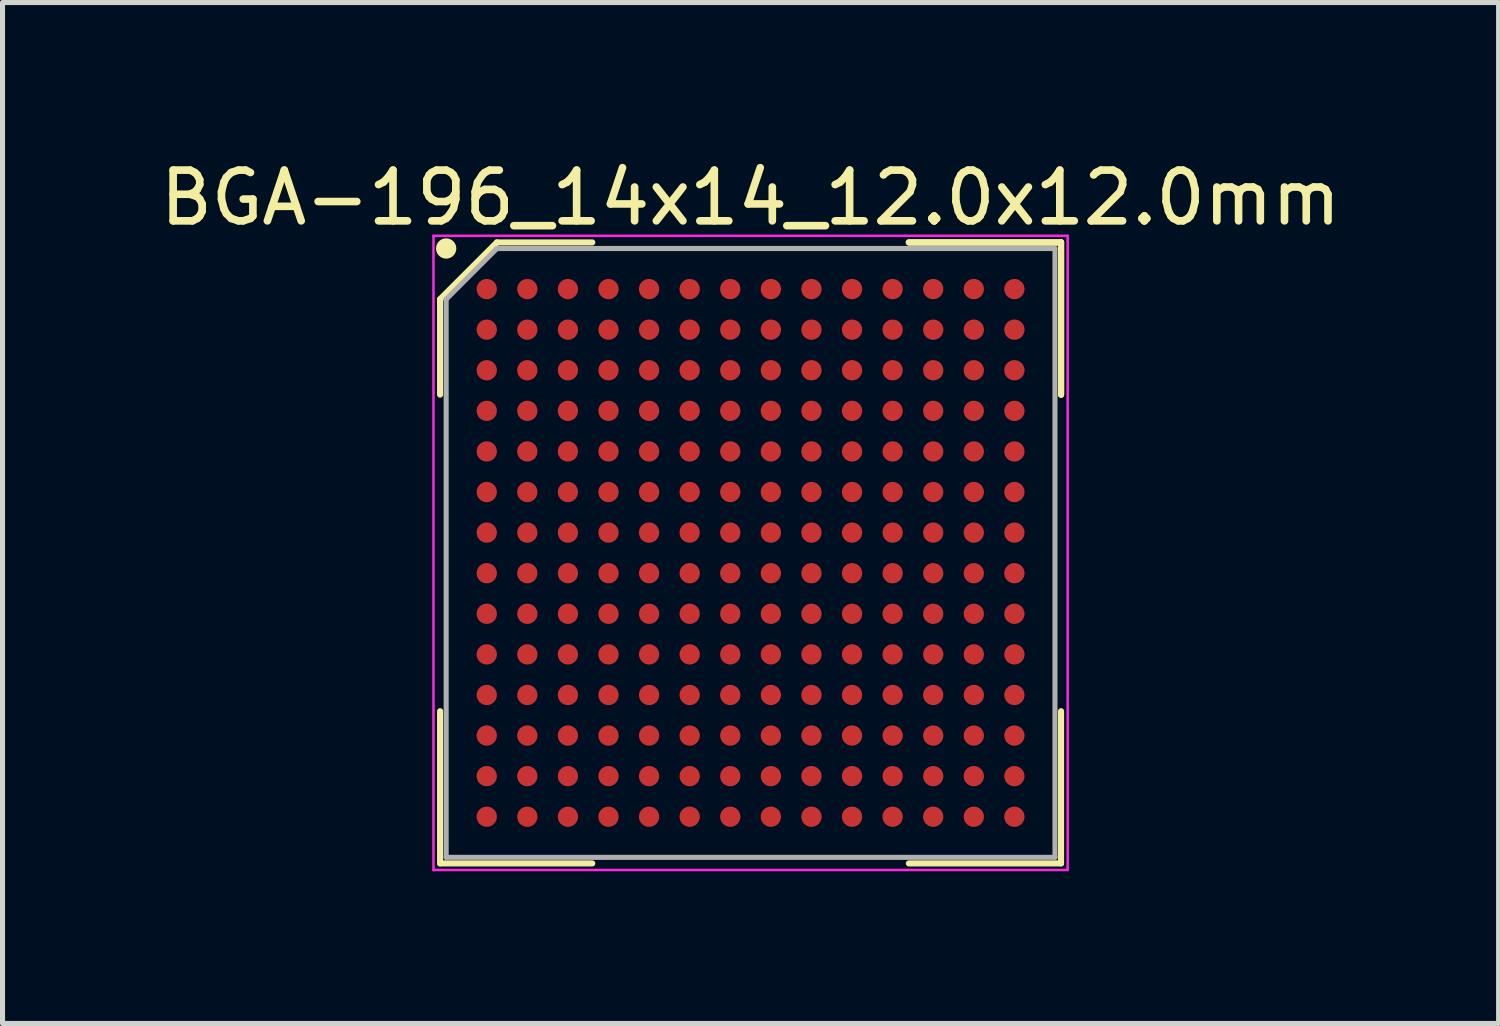
<source format=kicad_pcb>
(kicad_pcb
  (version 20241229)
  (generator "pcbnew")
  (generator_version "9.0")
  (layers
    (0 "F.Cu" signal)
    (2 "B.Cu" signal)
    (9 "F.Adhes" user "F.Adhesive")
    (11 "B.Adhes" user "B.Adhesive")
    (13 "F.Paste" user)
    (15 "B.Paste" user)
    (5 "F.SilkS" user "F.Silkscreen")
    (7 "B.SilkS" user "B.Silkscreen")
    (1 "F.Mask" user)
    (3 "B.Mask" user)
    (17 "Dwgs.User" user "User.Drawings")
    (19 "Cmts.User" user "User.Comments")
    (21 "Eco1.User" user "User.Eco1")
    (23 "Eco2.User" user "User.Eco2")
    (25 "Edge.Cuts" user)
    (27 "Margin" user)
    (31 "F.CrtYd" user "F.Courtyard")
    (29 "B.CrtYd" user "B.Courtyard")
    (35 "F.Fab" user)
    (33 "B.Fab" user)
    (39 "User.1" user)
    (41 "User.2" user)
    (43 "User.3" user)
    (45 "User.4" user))
  (footprint "BGA-196_14x14_12.0x12.0mm"
    (layer "F.Cu")
    (at 11.744 7.848)
    (property "Reference" "BGA-196_14x14_12.0x12.0mm" (at 0 -7 0) (layer "F.SilkS") (effects (font (size 1 1) (thickness 0.15))))
    (attr smd)
    (fp_line (start -6.12 -5) (end -6.12 -3.12) (stroke (width 0.12) (type solid)) (layer "F.SilkS"))
    (fp_line (start -6.12 6.12) (end -6.12 3.12) (stroke (width 0.12) (type solid)) (layer "F.SilkS"))
    (fp_line (start -5 -6.12) (end -6.12 -5) (stroke (width 0.12) (type solid)) (layer "F.SilkS"))
    (fp_line (start -3.12 -6.12) (end -5 -6.12) (stroke (width 0.12) (type solid)) (layer "F.SilkS"))
    (fp_line (start -3.12 6.12) (end -6.12 6.12) (stroke (width 0.12) (type solid)) (layer "F.SilkS"))
    (fp_line (start 3.12 -6.12) (end 6.12 -6.12) (stroke (width 0.12) (type solid)) (layer "F.SilkS"))
    (fp_line (start 3.12 -6.12) (end 6.12 -6.12) (stroke (width 0.12) (type solid)) (layer "F.SilkS"))
    (fp_line (start 3.12 -6.12) (end 6.12 -6.12) (stroke (width 0.12) (type solid)) (layer "F.SilkS"))
    (fp_line (start 3.12 6.12) (end 6.12 6.12) (stroke (width 0.12) (type solid)) (layer "F.SilkS"))
    (fp_line (start 6.12 -6.12) (end 6.12 -3.12) (stroke (width 0.12) (type solid)) (layer "F.SilkS"))
    (fp_line (start 6.12 -6.12) (end 6.12 -3.12) (stroke (width 0.12) (type solid)) (layer "F.SilkS"))
    (fp_line (start 6.12 -6.12) (end 6.12 -3.12) (stroke (width 0.12) (type solid)) (layer "F.SilkS"))
    (fp_line (start 6.12 6.12) (end 6.12 3.12) (stroke (width 0.12) (type solid)) (layer "F.SilkS"))
    (fp_circle (center -6 -6) (end -6 -5.9) (stroke (width 0.2) (type solid)) (fill no) (layer "F.SilkS"))
    (fp_line (start -6.25 -6.25) (end 6.25 -6.25) (stroke (width 0.05) (type solid)) (layer "F.CrtYd"))
    (fp_line (start -6.25 6.25) (end -6.25 -6.25) (stroke (width 0.05) (type solid)) (layer "F.CrtYd"))
    (fp_line (start 6.25 -6.25) (end 6.25 6.25) (stroke (width 0.05) (type solid)) (layer "F.CrtYd"))
    (fp_line (start 6.25 6.25) (end -6.25 6.25) (stroke (width 0.05) (type solid)) (layer "F.CrtYd"))
    (fp_line (start -6 -5) (end -6 6) (stroke (width 0.1) (type solid)) (layer "F.Fab"))
    (fp_line (start -6 6) (end 6 6) (stroke (width 0.1) (type solid)) (layer "F.Fab"))
    (fp_line (start -5 -6) (end -6 -5) (stroke (width 0.1) (type solid)) (layer "F.Fab"))
    (fp_line (start 6 -6) (end -5 -6) (stroke (width 0.1) (type solid)) (layer "F.Fab"))
    (fp_line (start 6 6) (end 6 -6) (stroke (width 0.1) (type solid)) (layer "F.Fab"))
    (pad "A1" smd circle (at -5.2 -5.2) (size 0.4 0.4) (layers "F.Cu" "F.Mask" "F.Paste"))
    (pad "A2" smd circle (at -4.4 -5.2) (size 0.4 0.4) (layers "F.Cu" "F.Mask" "F.Paste"))
    (pad "A3" smd circle (at -3.6 -5.2) (size 0.4 0.4) (layers "F.Cu" "F.Mask" "F.Paste"))
    (pad "A4" smd circle (at -2.8 -5.2) (size 0.4 0.4) (layers "F.Cu" "F.Mask" "F.Paste"))
    (pad "A5" smd circle (at -2 -5.2) (size 0.4 0.4) (layers "F.Cu" "F.Mask" "F.Paste"))
    (pad "A6" smd circle (at -1.2 -5.2) (size 0.4 0.4) (layers "F.Cu" "F.Mask" "F.Paste"))
    (pad "A7" smd circle (at -0.4 -5.2) (size 0.4 0.4) (layers "F.Cu" "F.Mask" "F.Paste"))
    (pad "A8" smd circle (at 0.4 -5.2) (size 0.4 0.4) (layers "F.Cu" "F.Mask" "F.Paste"))
    (pad "A9" smd circle (at 1.2 -5.2) (size 0.4 0.4) (layers "F.Cu" "F.Mask" "F.Paste"))
    (pad "A10" smd circle (at 2 -5.2) (size 0.4 0.4) (layers "F.Cu" "F.Mask" "F.Paste"))
    (pad "A11" smd circle (at 2.8 -5.2) (size 0.4 0.4) (layers "F.Cu" "F.Mask" "F.Paste"))
    (pad "A12" smd circle (at 3.6 -5.2) (size 0.4 0.4) (layers "F.Cu" "F.Mask" "F.Paste"))
    (pad "A13" smd circle (at 4.4 -5.2) (size 0.4 0.4) (layers "F.Cu" "F.Mask" "F.Paste"))
    (pad "A14" smd circle (at 5.2 -5.2) (size 0.4 0.4) (layers "F.Cu" "F.Mask" "F.Paste"))
    (pad "B1" smd circle (at -5.2 -4.4) (size 0.4 0.4) (layers "F.Cu" "F.Mask" "F.Paste"))
    (pad "B2" smd circle (at -4.4 -4.4) (size 0.4 0.4) (layers "F.Cu" "F.Mask" "F.Paste"))
    (pad "B3" smd circle (at -3.6 -4.4) (size 0.4 0.4) (layers "F.Cu" "F.Mask" "F.Paste"))
    (pad "B4" smd circle (at -2.8 -4.4) (size 0.4 0.4) (layers "F.Cu" "F.Mask" "F.Paste"))
    (pad "B5" smd circle (at -2 -4.4) (size 0.4 0.4) (layers "F.Cu" "F.Mask" "F.Paste"))
    (pad "B6" smd circle (at -1.2 -4.4) (size 0.4 0.4) (layers "F.Cu" "F.Mask" "F.Paste"))
    (pad "B7" smd circle (at -0.4 -4.4) (size 0.4 0.4) (layers "F.Cu" "F.Mask" "F.Paste"))
    (pad "B8" smd circle (at 0.4 -4.4) (size 0.4 0.4) (layers "F.Cu" "F.Mask" "F.Paste"))
    (pad "B9" smd circle (at 1.2 -4.4) (size 0.4 0.4) (layers "F.Cu" "F.Mask" "F.Paste"))
    (pad "B10" smd circle (at 2 -4.4) (size 0.4 0.4) (layers "F.Cu" "F.Mask" "F.Paste"))
    (pad "B11" smd circle (at 2.8 -4.4) (size 0.4 0.4) (layers "F.Cu" "F.Mask" "F.Paste"))
    (pad "B12" smd circle (at 3.6 -4.4) (size 0.4 0.4) (layers "F.Cu" "F.Mask" "F.Paste"))
    (pad "B13" smd circle (at 4.4 -4.4) (size 0.4 0.4) (layers "F.Cu" "F.Mask" "F.Paste"))
    (pad "B14" smd circle (at 5.2 -4.4) (size 0.4 0.4) (layers "F.Cu" "F.Mask" "F.Paste"))
    (pad "C1" smd circle (at -5.2 -3.6) (size 0.4 0.4) (layers "F.Cu" "F.Mask" "F.Paste"))
    (pad "C2" smd circle (at -4.4 -3.6) (size 0.4 0.4) (layers "F.Cu" "F.Mask" "F.Paste"))
    (pad "C3" smd circle (at -3.6 -3.6) (size 0.4 0.4) (layers "F.Cu" "F.Mask" "F.Paste"))
    (pad "C4" smd circle (at -2.8 -3.6) (size 0.4 0.4) (layers "F.Cu" "F.Mask" "F.Paste"))
    (pad "C5" smd circle (at -2 -3.6) (size 0.4 0.4) (layers "F.Cu" "F.Mask" "F.Paste"))
    (pad "C6" smd circle (at -1.2 -3.6) (size 0.4 0.4) (layers "F.Cu" "F.Mask" "F.Paste"))
    (pad "C7" smd circle (at -0.4 -3.6) (size 0.4 0.4) (layers "F.Cu" "F.Mask" "F.Paste"))
    (pad "C8" smd circle (at 0.4 -3.6) (size 0.4 0.4) (layers "F.Cu" "F.Mask" "F.Paste"))
    (pad "C9" smd circle (at 1.2 -3.6) (size 0.4 0.4) (layers "F.Cu" "F.Mask" "F.Paste"))
    (pad "C10" smd circle (at 2 -3.6) (size 0.4 0.4) (layers "F.Cu" "F.Mask" "F.Paste"))
    (pad "C11" smd circle (at 2.8 -3.6) (size 0.4 0.4) (layers "F.Cu" "F.Mask" "F.Paste"))
    (pad "C12" smd circle (at 3.6 -3.6) (size 0.4 0.4) (layers "F.Cu" "F.Mask" "F.Paste"))
    (pad "C13" smd circle (at 4.4 -3.6) (size 0.4 0.4) (layers "F.Cu" "F.Mask" "F.Paste"))
    (pad "C14" smd circle (at 5.2 -3.6) (size 0.4 0.4) (layers "F.Cu" "F.Mask" "F.Paste"))
    (pad "D1" smd circle (at -5.2 -2.8) (size 0.4 0.4) (layers "F.Cu" "F.Mask" "F.Paste"))
    (pad "D2" smd circle (at -4.4 -2.8) (size 0.4 0.4) (layers "F.Cu" "F.Mask" "F.Paste"))
    (pad "D3" smd circle (at -3.6 -2.8) (size 0.4 0.4) (layers "F.Cu" "F.Mask" "F.Paste"))
    (pad "D4" smd circle (at -2.8 -2.8) (size 0.4 0.4) (layers "F.Cu" "F.Mask" "F.Paste"))
    (pad "D5" smd circle (at -2 -2.8) (size 0.4 0.4) (layers "F.Cu" "F.Mask" "F.Paste"))
    (pad "D6" smd circle (at -1.2 -2.8) (size 0.4 0.4) (layers "F.Cu" "F.Mask" "F.Paste"))
    (pad "D7" smd circle (at -0.4 -2.8) (size 0.4 0.4) (layers "F.Cu" "F.Mask" "F.Paste"))
    (pad "D8" smd circle (at 0.4 -2.8) (size 0.4 0.4) (layers "F.Cu" "F.Mask" "F.Paste"))
    (pad "D9" smd circle (at 1.2 -2.8) (size 0.4 0.4) (layers "F.Cu" "F.Mask" "F.Paste"))
    (pad "D10" smd circle (at 2 -2.8) (size 0.4 0.4) (layers "F.Cu" "F.Mask" "F.Paste"))
    (pad "D11" smd circle (at 2.8 -2.8) (size 0.4 0.4) (layers "F.Cu" "F.Mask" "F.Paste"))
    (pad "D12" smd circle (at 3.6 -2.8) (size 0.4 0.4) (layers "F.Cu" "F.Mask" "F.Paste"))
    (pad "D13" smd circle (at 4.4 -2.8) (size 0.4 0.4) (layers "F.Cu" "F.Mask" "F.Paste"))
    (pad "D14" smd circle (at 5.2 -2.8) (size 0.4 0.4) (layers "F.Cu" "F.Mask" "F.Paste"))
    (pad "E1" smd circle (at -5.2 -2) (size 0.4 0.4) (layers "F.Cu" "F.Mask" "F.Paste"))
    (pad "E2" smd circle (at -4.4 -2) (size 0.4 0.4) (layers "F.Cu" "F.Mask" "F.Paste"))
    (pad "E3" smd circle (at -3.6 -2) (size 0.4 0.4) (layers "F.Cu" "F.Mask" "F.Paste"))
    (pad "E4" smd circle (at -2.8 -2) (size 0.4 0.4) (layers "F.Cu" "F.Mask" "F.Paste"))
    (pad "E5" smd circle (at -2 -2) (size 0.4 0.4) (layers "F.Cu" "F.Mask" "F.Paste"))
    (pad "E6" smd circle (at -1.2 -2) (size 0.4 0.4) (layers "F.Cu" "F.Mask" "F.Paste"))
    (pad "E7" smd circle (at -0.4 -2) (size 0.4 0.4) (layers "F.Cu" "F.Mask" "F.Paste"))
    (pad "E8" smd circle (at 0.4 -2) (size 0.4 0.4) (layers "F.Cu" "F.Mask" "F.Paste"))
    (pad "E9" smd circle (at 1.2 -2) (size 0.4 0.4) (layers "F.Cu" "F.Mask" "F.Paste"))
    (pad "E10" smd circle (at 2 -2) (size 0.4 0.4) (layers "F.Cu" "F.Mask" "F.Paste"))
    (pad "E11" smd circle (at 2.8 -2) (size 0.4 0.4) (layers "F.Cu" "F.Mask" "F.Paste"))
    (pad "E12" smd circle (at 3.6 -2) (size 0.4 0.4) (layers "F.Cu" "F.Mask" "F.Paste"))
    (pad "E13" smd circle (at 4.4 -2) (size 0.4 0.4) (layers "F.Cu" "F.Mask" "F.Paste"))
    (pad "E14" smd circle (at 5.2 -2) (size 0.4 0.4) (layers "F.Cu" "F.Mask" "F.Paste"))
    (pad "F1" smd circle (at -5.2 -1.2) (size 0.4 0.4) (layers "F.Cu" "F.Mask" "F.Paste"))
    (pad "F2" smd circle (at -4.4 -1.2) (size 0.4 0.4) (layers "F.Cu" "F.Mask" "F.Paste"))
    (pad "F3" smd circle (at -3.6 -1.2) (size 0.4 0.4) (layers "F.Cu" "F.Mask" "F.Paste"))
    (pad "F4" smd circle (at -2.8 -1.2) (size 0.4 0.4) (layers "F.Cu" "F.Mask" "F.Paste"))
    (pad "F5" smd circle (at -2 -1.2) (size 0.4 0.4) (layers "F.Cu" "F.Mask" "F.Paste"))
    (pad "F6" smd circle (at -1.2 -1.2) (size 0.4 0.4) (layers "F.Cu" "F.Mask" "F.Paste"))
    (pad "F7" smd circle (at -0.4 -1.2) (size 0.4 0.4) (layers "F.Cu" "F.Mask" "F.Paste"))
    (pad "F8" smd circle (at 0.4 -1.2) (size 0.4 0.4) (layers "F.Cu" "F.Mask" "F.Paste"))
    (pad "F9" smd circle (at 1.2 -1.2) (size 0.4 0.4) (layers "F.Cu" "F.Mask" "F.Paste"))
    (pad "F10" smd circle (at 2 -1.2) (size 0.4 0.4) (layers "F.Cu" "F.Mask" "F.Paste"))
    (pad "F11" smd circle (at 2.8 -1.2) (size 0.4 0.4) (layers "F.Cu" "F.Mask" "F.Paste"))
    (pad "F12" smd circle (at 3.6 -1.2) (size 0.4 0.4) (layers "F.Cu" "F.Mask" "F.Paste"))
    (pad "F13" smd circle (at 4.4 -1.2) (size 0.4 0.4) (layers "F.Cu" "F.Mask" "F.Paste"))
    (pad "F14" smd circle (at 5.2 -1.2) (size 0.4 0.4) (layers "F.Cu" "F.Mask" "F.Paste"))
    (pad "G1" smd circle (at -5.2 -0.4) (size 0.4 0.4) (layers "F.Cu" "F.Mask" "F.Paste"))
    (pad "G2" smd circle (at -4.4 -0.4) (size 0.4 0.4) (layers "F.Cu" "F.Mask" "F.Paste"))
    (pad "G3" smd circle (at -3.6 -0.4) (size 0.4 0.4) (layers "F.Cu" "F.Mask" "F.Paste"))
    (pad "G4" smd circle (at -2.8 -0.4) (size 0.4 0.4) (layers "F.Cu" "F.Mask" "F.Paste"))
    (pad "G5" smd circle (at -2 -0.4) (size 0.4 0.4) (layers "F.Cu" "F.Mask" "F.Paste"))
    (pad "G6" smd circle (at -1.2 -0.4) (size 0.4 0.4) (layers "F.Cu" "F.Mask" "F.Paste"))
    (pad "G7" smd circle (at -0.4 -0.4) (size 0.4 0.4) (layers "F.Cu" "F.Mask" "F.Paste"))
    (pad "G8" smd circle (at 0.4 -0.4) (size 0.4 0.4) (layers "F.Cu" "F.Mask" "F.Paste"))
    (pad "G9" smd circle (at 1.2 -0.4) (size 0.4 0.4) (layers "F.Cu" "F.Mask" "F.Paste"))
    (pad "G10" smd circle (at 2 -0.4) (size 0.4 0.4) (layers "F.Cu" "F.Mask" "F.Paste"))
    (pad "G11" smd circle (at 2.8 -0.4) (size 0.4 0.4) (layers "F.Cu" "F.Mask" "F.Paste"))
    (pad "G12" smd circle (at 3.6 -0.4) (size 0.4 0.4) (layers "F.Cu" "F.Mask" "F.Paste"))
    (pad "G13" smd circle (at 4.4 -0.4) (size 0.4 0.4) (layers "F.Cu" "F.Mask" "F.Paste"))
    (pad "G14" smd circle (at 5.2 -0.4) (size 0.4 0.4) (layers "F.Cu" "F.Mask" "F.Paste"))
    (pad "H1" smd circle (at -5.2 0.4) (size 0.4 0.4) (layers "F.Cu" "F.Mask" "F.Paste"))
    (pad "H2" smd circle (at -4.4 0.4) (size 0.4 0.4) (layers "F.Cu" "F.Mask" "F.Paste"))
    (pad "H3" smd circle (at -3.6 0.4) (size 0.4 0.4) (layers "F.Cu" "F.Mask" "F.Paste"))
    (pad "H4" smd circle (at -2.8 0.4) (size 0.4 0.4) (layers "F.Cu" "F.Mask" "F.Paste"))
    (pad "H5" smd circle (at -2 0.4) (size 0.4 0.4) (layers "F.Cu" "F.Mask" "F.Paste"))
    (pad "H6" smd circle (at -1.2 0.4) (size 0.4 0.4) (layers "F.Cu" "F.Mask" "F.Paste"))
    (pad "H7" smd circle (at -0.4 0.4) (size 0.4 0.4) (layers "F.Cu" "F.Mask" "F.Paste"))
    (pad "H8" smd circle (at 0.4 0.4) (size 0.4 0.4) (layers "F.Cu" "F.Mask" "F.Paste"))
    (pad "H9" smd circle (at 1.2 0.4) (size 0.4 0.4) (layers "F.Cu" "F.Mask" "F.Paste"))
    (pad "H10" smd circle (at 2 0.4) (size 0.4 0.4) (layers "F.Cu" "F.Mask" "F.Paste"))
    (pad "H11" smd circle (at 2.8 0.4) (size 0.4 0.4) (layers "F.Cu" "F.Mask" "F.Paste"))
    (pad "H12" smd circle (at 3.6 0.4) (size 0.4 0.4) (layers "F.Cu" "F.Mask" "F.Paste"))
    (pad "H13" smd circle (at 4.4 0.4) (size 0.4 0.4) (layers "F.Cu" "F.Mask" "F.Paste"))
    (pad "H14" smd circle (at 5.2 0.4) (size 0.4 0.4) (layers "F.Cu" "F.Mask" "F.Paste"))
    (pad "J1" smd circle (at -5.2 1.2) (size 0.4 0.4) (layers "F.Cu" "F.Mask" "F.Paste"))
    (pad "J2" smd circle (at -4.4 1.2) (size 0.4 0.4) (layers "F.Cu" "F.Mask" "F.Paste"))
    (pad "J3" smd circle (at -3.6 1.2) (size 0.4 0.4) (layers "F.Cu" "F.Mask" "F.Paste"))
    (pad "J4" smd circle (at -2.8 1.2) (size 0.4 0.4) (layers "F.Cu" "F.Mask" "F.Paste"))
    (pad "J5" smd circle (at -2 1.2) (size 0.4 0.4) (layers "F.Cu" "F.Mask" "F.Paste"))
    (pad "J6" smd circle (at -1.2 1.2) (size 0.4 0.4) (layers "F.Cu" "F.Mask" "F.Paste"))
    (pad "J7" smd circle (at -0.4 1.2) (size 0.4 0.4) (layers "F.Cu" "F.Mask" "F.Paste"))
    (pad "J8" smd circle (at 0.4 1.2) (size 0.4 0.4) (layers "F.Cu" "F.Mask" "F.Paste"))
    (pad "J9" smd circle (at 1.2 1.2) (size 0.4 0.4) (layers "F.Cu" "F.Mask" "F.Paste"))
    (pad "J10" smd circle (at 2 1.2) (size 0.4 0.4) (layers "F.Cu" "F.Mask" "F.Paste"))
    (pad "J11" smd circle (at 2.8 1.2) (size 0.4 0.4) (layers "F.Cu" "F.Mask" "F.Paste"))
    (pad "J12" smd circle (at 3.6 1.2) (size 0.4 0.4) (layers "F.Cu" "F.Mask" "F.Paste"))
    (pad "J13" smd circle (at 4.4 1.2) (size 0.4 0.4) (layers "F.Cu" "F.Mask" "F.Paste"))
    (pad "J14" smd circle (at 5.2 1.2) (size 0.4 0.4) (layers "F.Cu" "F.Mask" "F.Paste"))
    (pad "K1" smd circle (at -5.2 2) (size 0.4 0.4) (layers "F.Cu" "F.Mask" "F.Paste"))
    (pad "K2" smd circle (at -4.4 2) (size 0.4 0.4) (layers "F.Cu" "F.Mask" "F.Paste"))
    (pad "K3" smd circle (at -3.6 2) (size 0.4 0.4) (layers "F.Cu" "F.Mask" "F.Paste"))
    (pad "K4" smd circle (at -2.8 2) (size 0.4 0.4) (layers "F.Cu" "F.Mask" "F.Paste"))
    (pad "K5" smd circle (at -2 2) (size 0.4 0.4) (layers "F.Cu" "F.Mask" "F.Paste"))
    (pad "K6" smd circle (at -1.2 2) (size 0.4 0.4) (layers "F.Cu" "F.Mask" "F.Paste"))
    (pad "K7" smd circle (at -0.4 2) (size 0.4 0.4) (layers "F.Cu" "F.Mask" "F.Paste"))
    (pad "K8" smd circle (at 0.4 2) (size 0.4 0.4) (layers "F.Cu" "F.Mask" "F.Paste"))
    (pad "K9" smd circle (at 1.2 2) (size 0.4 0.4) (layers "F.Cu" "F.Mask" "F.Paste"))
    (pad "K10" smd circle (at 2 2) (size 0.4 0.4) (layers "F.Cu" "F.Mask" "F.Paste"))
    (pad "K11" smd circle (at 2.8 2) (size 0.4 0.4) (layers "F.Cu" "F.Mask" "F.Paste"))
    (pad "K12" smd circle (at 3.6 2) (size 0.4 0.4) (layers "F.Cu" "F.Mask" "F.Paste"))
    (pad "K13" smd circle (at 4.4 2) (size 0.4 0.4) (layers "F.Cu" "F.Mask" "F.Paste"))
    (pad "K14" smd circle (at 5.2 2) (size 0.4 0.4) (layers "F.Cu" "F.Mask" "F.Paste"))
    (pad "L1" smd circle (at -5.2 2.8) (size 0.4 0.4) (layers "F.Cu" "F.Mask" "F.Paste"))
    (pad "L2" smd circle (at -4.4 2.8) (size 0.4 0.4) (layers "F.Cu" "F.Mask" "F.Paste"))
    (pad "L3" smd circle (at -3.6 2.8) (size 0.4 0.4) (layers "F.Cu" "F.Mask" "F.Paste"))
    (pad "L4" smd circle (at -2.8 2.8) (size 0.4 0.4) (layers "F.Cu" "F.Mask" "F.Paste"))
    (pad "L5" smd circle (at -2 2.8) (size 0.4 0.4) (layers "F.Cu" "F.Mask" "F.Paste"))
    (pad "L6" smd circle (at -1.2 2.8) (size 0.4 0.4) (layers "F.Cu" "F.Mask" "F.Paste"))
    (pad "L7" smd circle (at -0.4 2.8) (size 0.4 0.4) (layers "F.Cu" "F.Mask" "F.Paste"))
    (pad "L8" smd circle (at 0.4 2.8) (size 0.4 0.4) (layers "F.Cu" "F.Mask" "F.Paste"))
    (pad "L9" smd circle (at 1.2 2.8) (size 0.4 0.4) (layers "F.Cu" "F.Mask" "F.Paste"))
    (pad "L10" smd circle (at 2 2.8) (size 0.4 0.4) (layers "F.Cu" "F.Mask" "F.Paste"))
    (pad "L11" smd circle (at 2.8 2.8) (size 0.4 0.4) (layers "F.Cu" "F.Mask" "F.Paste"))
    (pad "L12" smd circle (at 3.6 2.8) (size 0.4 0.4) (layers "F.Cu" "F.Mask" "F.Paste"))
    (pad "L13" smd circle (at 4.4 2.8) (size 0.4 0.4) (layers "F.Cu" "F.Mask" "F.Paste"))
    (pad "L14" smd circle (at 5.2 2.8) (size 0.4 0.4) (layers "F.Cu" "F.Mask" "F.Paste"))
    (pad "M1" smd circle (at -5.2 3.6) (size 0.4 0.4) (layers "F.Cu" "F.Mask" "F.Paste"))
    (pad "M2" smd circle (at -4.4 3.6) (size 0.4 0.4) (layers "F.Cu" "F.Mask" "F.Paste"))
    (pad "M3" smd circle (at -3.6 3.6) (size 0.4 0.4) (layers "F.Cu" "F.Mask" "F.Paste"))
    (pad "M4" smd circle (at -2.8 3.6) (size 0.4 0.4) (layers "F.Cu" "F.Mask" "F.Paste"))
    (pad "M5" smd circle (at -2 3.6) (size 0.4 0.4) (layers "F.Cu" "F.Mask" "F.Paste"))
    (pad "M6" smd circle (at -1.2 3.6) (size 0.4 0.4) (layers "F.Cu" "F.Mask" "F.Paste"))
    (pad "M7" smd circle (at -0.4 3.6) (size 0.4 0.4) (layers "F.Cu" "F.Mask" "F.Paste"))
    (pad "M8" smd circle (at 0.4 3.6) (size 0.4 0.4) (layers "F.Cu" "F.Mask" "F.Paste"))
    (pad "M9" smd circle (at 1.2 3.6) (size 0.4 0.4) (layers "F.Cu" "F.Mask" "F.Paste"))
    (pad "M10" smd circle (at 2 3.6) (size 0.4 0.4) (layers "F.Cu" "F.Mask" "F.Paste"))
    (pad "M11" smd circle (at 2.8 3.6) (size 0.4 0.4) (layers "F.Cu" "F.Mask" "F.Paste"))
    (pad "M12" smd circle (at 3.6 3.6) (size 0.4 0.4) (layers "F.Cu" "F.Mask" "F.Paste"))
    (pad "M13" smd circle (at 4.4 3.6) (size 0.4 0.4) (layers "F.Cu" "F.Mask" "F.Paste"))
    (pad "M14" smd circle (at 5.2 3.6) (size 0.4 0.4) (layers "F.Cu" "F.Mask" "F.Paste"))
    (pad "N1" smd circle (at -5.2 4.4) (size 0.4 0.4) (layers "F.Cu" "F.Mask" "F.Paste"))
    (pad "N2" smd circle (at -4.4 4.4) (size 0.4 0.4) (layers "F.Cu" "F.Mask" "F.Paste"))
    (pad "N3" smd circle (at -3.6 4.4) (size 0.4 0.4) (layers "F.Cu" "F.Mask" "F.Paste"))
    (pad "N4" smd circle (at -2.8 4.4) (size 0.4 0.4) (layers "F.Cu" "F.Mask" "F.Paste"))
    (pad "N5" smd circle (at -2 4.4) (size 0.4 0.4) (layers "F.Cu" "F.Mask" "F.Paste"))
    (pad "N6" smd circle (at -1.2 4.4) (size 0.4 0.4) (layers "F.Cu" "F.Mask" "F.Paste"))
    (pad "N7" smd circle (at -0.4 4.4) (size 0.4 0.4) (layers "F.Cu" "F.Mask" "F.Paste"))
    (pad "N8" smd circle (at 0.4 4.4) (size 0.4 0.4) (layers "F.Cu" "F.Mask" "F.Paste"))
    (pad "N9" smd circle (at 1.2 4.4) (size 0.4 0.4) (layers "F.Cu" "F.Mask" "F.Paste"))
    (pad "N10" smd circle (at 2 4.4) (size 0.4 0.4) (layers "F.Cu" "F.Mask" "F.Paste"))
    (pad "N11" smd circle (at 2.8 4.4) (size 0.4 0.4) (layers "F.Cu" "F.Mask" "F.Paste"))
    (pad "N12" smd circle (at 3.6 4.4) (size 0.4 0.4) (layers "F.Cu" "F.Mask" "F.Paste"))
    (pad "N13" smd circle (at 4.4 4.4) (size 0.4 0.4) (layers "F.Cu" "F.Mask" "F.Paste"))
    (pad "N14" smd circle (at 5.2 4.4) (size 0.4 0.4) (layers "F.Cu" "F.Mask" "F.Paste"))
    (pad "P1" smd circle (at -5.2 5.2) (size 0.4 0.4) (layers "F.Cu" "F.Mask" "F.Paste"))
    (pad "P2" smd circle (at -4.4 5.2) (size 0.4 0.4) (layers "F.Cu" "F.Mask" "F.Paste"))
    (pad "P3" smd circle (at -3.6 5.2) (size 0.4 0.4) (layers "F.Cu" "F.Mask" "F.Paste"))
    (pad "P4" smd circle (at -2.8 5.2) (size 0.4 0.4) (layers "F.Cu" "F.Mask" "F.Paste"))
    (pad "P5" smd circle (at -2 5.2) (size 0.4 0.4) (layers "F.Cu" "F.Mask" "F.Paste"))
    (pad "P6" smd circle (at -1.2 5.2) (size 0.4 0.4) (layers "F.Cu" "F.Mask" "F.Paste"))
    (pad "P7" smd circle (at -0.4 5.2) (size 0.4 0.4) (layers "F.Cu" "F.Mask" "F.Paste"))
    (pad "P8" smd circle (at 0.4 5.2) (size 0.4 0.4) (layers "F.Cu" "F.Mask" "F.Paste"))
    (pad "P9" smd circle (at 1.2 5.2) (size 0.4 0.4) (layers "F.Cu" "F.Mask" "F.Paste"))
    (pad "P10" smd circle (at 2 5.2) (size 0.4 0.4) (layers "F.Cu" "F.Mask" "F.Paste"))
    (pad "P11" smd circle (at 2.8 5.2) (size 0.4 0.4) (layers "F.Cu" "F.Mask" "F.Paste"))
    (pad "P12" smd circle (at 3.6 5.2) (size 0.4 0.4) (layers "F.Cu" "F.Mask" "F.Paste"))
    (pad "P13" smd circle (at 4.4 5.2) (size 0.4 0.4) (layers "F.Cu" "F.Mask" "F.Paste"))
    (pad "P14" smd circle (at 5.2 5.2) (size 0.4 0.4) (layers "F.Cu" "F.Mask" "F.Paste")))
  (gr_rect
    (start -3 -3)
    (end 26.488 17.123)
    (stroke (width 0.1) (type default))
    (fill no)
    (layer "Edge.Cuts")))
</source>
